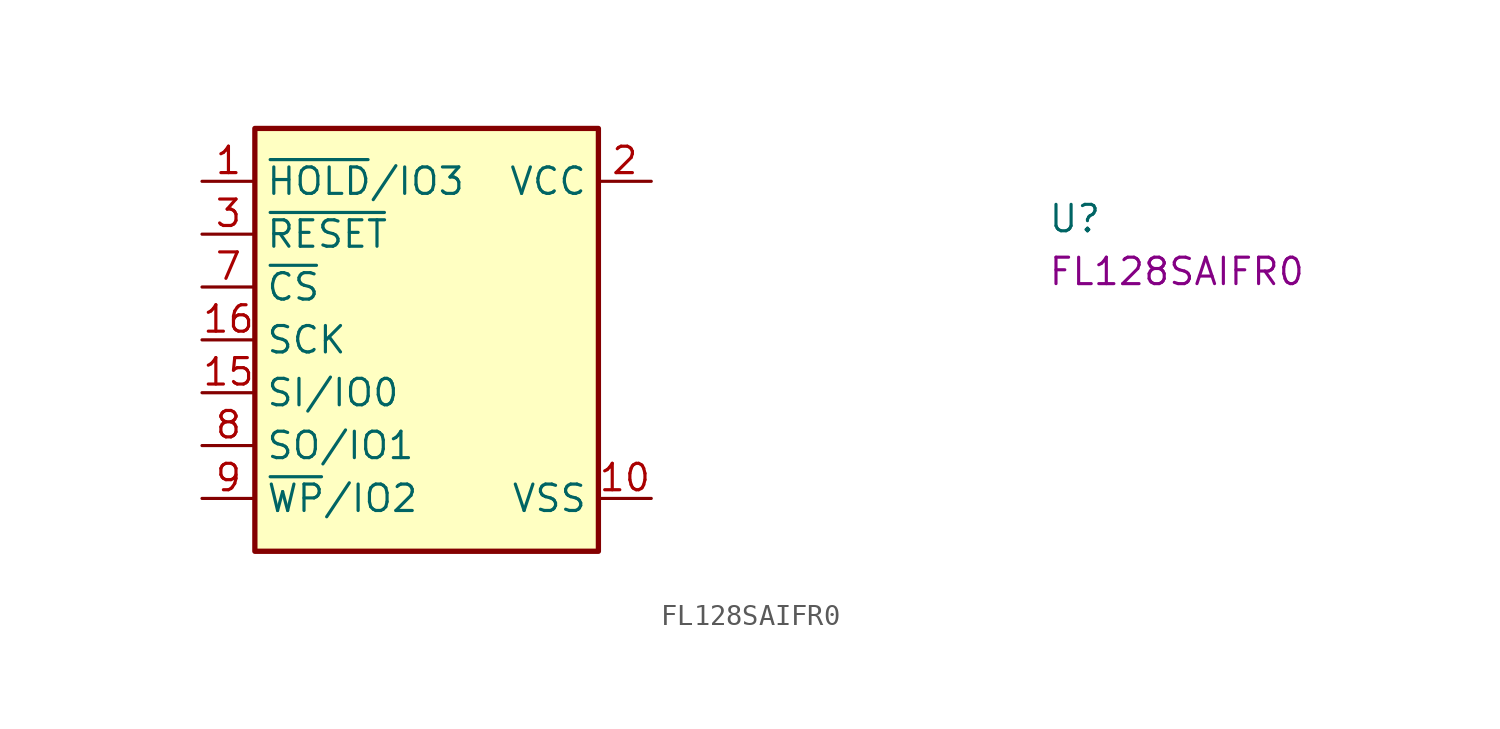
<source format=kicad_sym>
(kicad_symbol_lib
  (version 20220914)
  (generator kicad_symbol_editor)
  (symbol "FL128SAIFR0"
    (property "Reference" "U"
      (at 40.64 -2.54 0)
      (effects (font (size 1.27 1.27) (thickness 0.15)) (justify left bottom)))
    (property "MPN" "FL128SAIFR0"
      (at 40.64 -5.08 0)
      (effects (font (size 1.27 1.27) (thickness 0.15)) (justify left bottom)))
    (symbol "FL128SAIFR0_1_1"
      (rectangle (start 2.54 2.54) (end 19.05 -17.78) (stroke (width 0.254) (type default)) (fill (type background)))
      (pin bidirectional line (at 0 0 0) (length 2.54) (name "~{HOLD}/IO3" (effects (font (size 1.27 1.27)))) (number "1" (effects (font (size 1.27 1.27)))))
      (pin power_in line (at 21.59 -15.24 180) (length 2.54) (name "VSS" (effects (font (size 1.27 1.27)))) (number "10" (effects (font (size 1.27 1.27)))))
      (pin no_connect line (at 19.05 -6.35 180) (length 2.54) hide (name "DNU" (effects (font (size 1.27 1.27)))) (number "11" (effects (font (size 1.27 1.27)))))
      (pin no_connect line (at 19.05 -7.62 180) (length 2.54) hide (name "DNU" (effects (font (size 1.27 1.27)))) (number "12" (effects (font (size 1.27 1.27)))))
      (pin no_connect line (at 19.05 -8.89 180) (length 2.54) hide (name "DNU" (effects (font (size 1.27 1.27)))) (number "13" (effects (font (size 1.27 1.27)))))
      (pin no_connect line (at 19.05 -12.7 180) (length 2.54) hide (name "RFU" (effects (font (size 1.27 1.27)))) (number "14" (effects (font (size 1.27 1.27)))))
      (pin bidirectional line (at 0 -10.16 0) (length 2.54) (name "SI/IO0" (effects (font (size 1.27 1.27)))) (number "15" (effects (font (size 1.27 1.27)))))
      (pin input line (at 0 -7.62 0) (length 2.54) (name "SCK" (effects (font (size 1.27 1.27)))) (number "16" (effects (font (size 1.27 1.27)))))
      (pin power_in line (at 21.59 0 180) (length 2.54) (name "VCC" (effects (font (size 1.27 1.27)))) (number "2" (effects (font (size 1.27 1.27)))))
      (pin input line (at 0 -2.54 0) (length 2.54) (name "~{RESET}" (effects (font (size 1.27 1.27)))) (number "3" (effects (font (size 1.27 1.27)))))
      (pin no_connect line (at 19.05 -2.54 180) (length 2.54) hide (name "NC" (effects (font (size 1.27 1.27)))) (number "4" (effects (font (size 1.27 1.27)))))
      (pin no_connect line (at 19.05 -3.81 180) (length 2.54) hide (name "NC" (effects (font (size 1.27 1.27)))) (number "5" (effects (font (size 1.27 1.27)))))
      (pin no_connect line (at 19.05 -11.43 180) (length 2.54) hide (name "RFU" (effects (font (size 1.27 1.27)))) (number "6" (effects (font (size 1.27 1.27)))))
      (pin input line (at 0 -5.08 0) (length 2.54) (name "~{CS}" (effects (font (size 1.27 1.27)))) (number "7" (effects (font (size 1.27 1.27)))))
      (pin bidirectional line (at 0 -12.7 0) (length 2.54) (name "SO/IO1" (effects (font (size 1.27 1.27)))) (number "8" (effects (font (size 1.27 1.27)))))
      (pin bidirectional line (at 0 -15.24 0) (length 2.54) (name "~{WP}/IO2" (effects (font (size 1.27 1.27)))) (number "9" (effects (font (size 1.27 1.27))))))))
</source>
